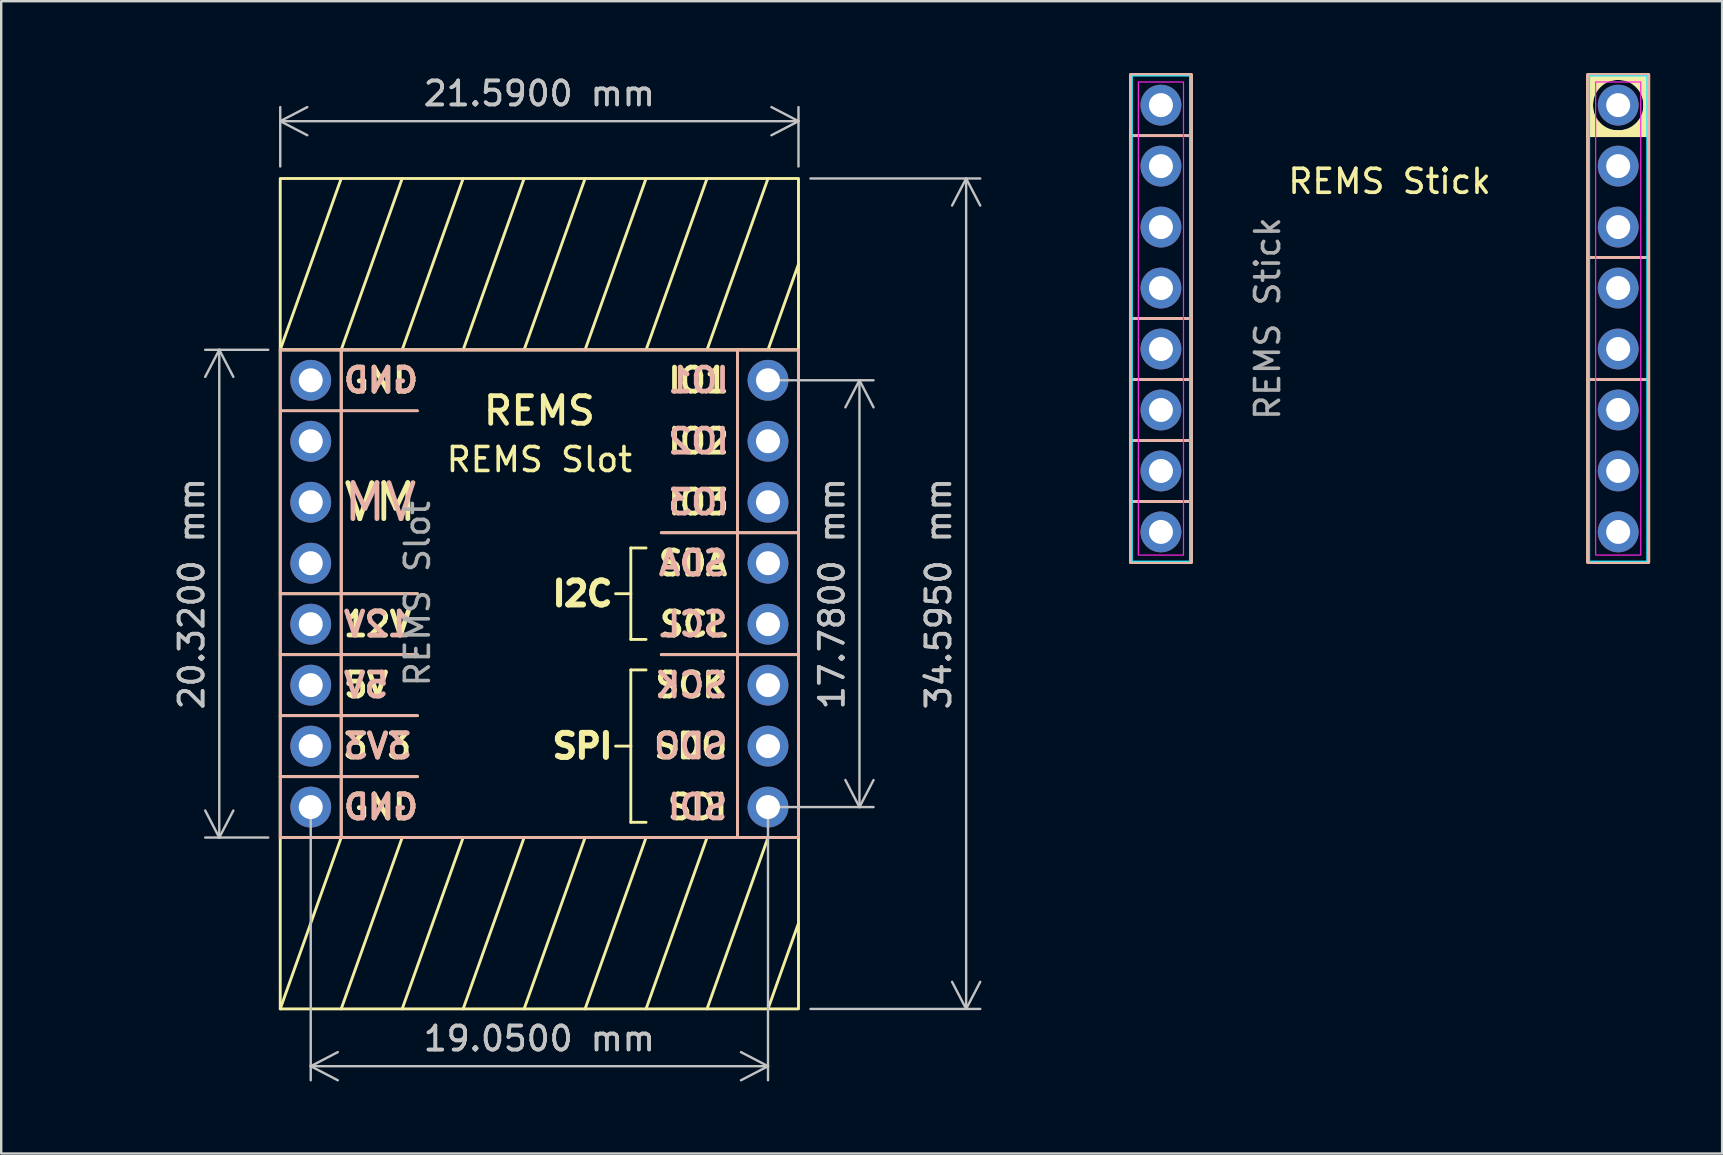
<source format=kicad_pcb>
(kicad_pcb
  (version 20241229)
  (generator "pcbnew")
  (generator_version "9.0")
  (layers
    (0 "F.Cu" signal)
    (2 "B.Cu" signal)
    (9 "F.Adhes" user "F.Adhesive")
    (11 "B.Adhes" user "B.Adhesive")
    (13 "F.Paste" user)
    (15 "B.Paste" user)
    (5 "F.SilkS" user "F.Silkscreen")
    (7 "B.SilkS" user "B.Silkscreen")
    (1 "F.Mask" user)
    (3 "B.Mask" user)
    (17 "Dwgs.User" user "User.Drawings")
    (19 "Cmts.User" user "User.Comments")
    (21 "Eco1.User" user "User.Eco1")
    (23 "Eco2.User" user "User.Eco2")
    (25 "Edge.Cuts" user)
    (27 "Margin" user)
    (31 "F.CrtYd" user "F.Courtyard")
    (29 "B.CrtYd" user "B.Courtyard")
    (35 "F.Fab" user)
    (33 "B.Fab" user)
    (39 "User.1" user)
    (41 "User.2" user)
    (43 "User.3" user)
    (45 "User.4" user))
  (footprint "REMS Slot"
    (layer "F.Cu")
    (at 19.42 21.683)
    (property "Reference" "REMS Slot" (at 0 -5.588 0) (unlocked yes) (layer "F.SilkS") (effects (font (size 1 1) (thickness 0.15))))
    (attr through_hole)
    (fp_line (start -10.795 -10.16) (end -8.255 -17.297) (stroke (width 0.12) (type default)) (layer "F.SilkS"))
    (fp_line (start -10.795 -7.62) (end -5.08 -7.62) (stroke (width 0.1) (type default)) (layer "F.SilkS"))
    (fp_line (start -10.795 0) (end -5.08 0) (stroke (width 0.12) (type default)) (layer "F.SilkS"))
    (fp_line (start -10.795 2.54) (end -5.08 2.54) (stroke (width 0.12) (type default)) (layer "F.SilkS"))
    (fp_line (start -10.795 5.08) (end -5.08 5.08) (stroke (width 0.12) (type default)) (layer "F.SilkS"))
    (fp_line (start -10.795 7.62) (end -5.08 7.62) (stroke (width 0.12) (type default)) (layer "F.SilkS"))
    (fp_line (start -10.795 17.297) (end -8.255 10.16) (stroke (width 0.12) (type default)) (layer "F.SilkS"))
    (fp_line (start -8.255 -10.16) (end -8.255 10.16) (stroke (width 0.12) (type default)) (layer "F.SilkS"))
    (fp_line (start -8.255 -10.16) (end -5.715 -17.297) (stroke (width 0.12) (type default)) (layer "F.SilkS"))
    (fp_line (start -8.255 17.297) (end -5.715 10.16) (stroke (width 0.12) (type default)) (layer "F.SilkS"))
    (fp_line (start -5.715 -10.16) (end -3.175 -17.297) (stroke (width 0.12) (type default)) (layer "F.SilkS"))
    (fp_line (start -5.715 17.297) (end -3.175 10.16) (stroke (width 0.12) (type default)) (layer "F.SilkS"))
    (fp_line (start -3.175 -10.16) (end -0.635 -17.297) (stroke (width 0.12) (type default)) (layer "F.SilkS"))
    (fp_line (start -3.175 17.297) (end -0.635 10.16) (stroke (width 0.12) (type default)) (layer "F.SilkS"))
    (fp_line (start -0.635 -10.16) (end 1.905 -17.297) (stroke (width 0.12) (type default)) (layer "F.SilkS"))
    (fp_line (start -0.635 17.297) (end 1.905 10.16) (stroke (width 0.12) (type default)) (layer "F.SilkS"))
    (fp_line (start 1.905 -10.16) (end 4.445 -17.297) (stroke (width 0.12) (type default)) (layer "F.SilkS"))
    (fp_line (start 1.905 17.297) (end 4.445 10.16) (stroke (width 0.12) (type default)) (layer "F.SilkS"))
    (fp_line (start 3.175 0) (end 3.81 0) (stroke (width 0.12) (type default)) (layer "F.SilkS"))
    (fp_line (start 3.175 6.35) (end 3.81 6.35) (stroke (width 0.12) (type default)) (layer "F.SilkS"))
    (fp_line (start 3.81 -1.905) (end 3.81 1.905) (stroke (width 0.12) (type default)) (layer "F.SilkS"))
    (fp_line (start 3.81 -1.905) (end 4.445 -1.905) (stroke (width 0.12) (type default)) (layer "F.SilkS"))
    (fp_line (start 3.81 1.905) (end 4.445 1.905) (stroke (width 0.12) (type default)) (layer "F.SilkS"))
    (fp_line (start 3.81 3.175) (end 3.81 9.525) (stroke (width 0.12) (type default)) (layer "F.SilkS"))
    (fp_line (start 3.81 3.175) (end 4.445 3.175) (stroke (width 0.12) (type default)) (layer "F.SilkS"))
    (fp_line (start 3.81 9.525) (end 4.445 9.525) (stroke (width 0.12) (type default)) (layer "F.SilkS"))
    (fp_line (start 4.445 -10.16) (end 6.985 -17.297) (stroke (width 0.12) (type default)) (layer "F.SilkS"))
    (fp_line (start 4.445 17.297) (end 6.985 10.16) (stroke (width 0.12) (type default)) (layer "F.SilkS"))
    (fp_line (start 5.08 -2.54) (end 10.795 -2.54) (stroke (width 0.12) (type default)) (layer "F.SilkS"))
    (fp_line (start 5.08 2.54) (end 10.795 2.54) (stroke (width 0.12) (type default)) (layer "F.SilkS"))
    (fp_line (start 6.985 -10.16) (end 9.525 -17.297) (stroke (width 0.12) (type default)) (layer "F.SilkS"))
    (fp_line (start 6.985 17.297) (end 9.525 10.16) (stroke (width 0.12) (type default)) (layer "F.SilkS"))
    (fp_line (start 8.255 -10.16) (end 8.255 10.16) (stroke (width 0.12) (type default)) (layer "F.SilkS"))
    (fp_line (start 9.525 -10.16) (end 10.795 -13.729) (stroke (width 0.12) (type default)) (layer "F.SilkS"))
    (fp_line (start 9.525 17.297) (end 10.795 13.729) (stroke (width 0.12) (type default)) (layer "F.SilkS"))
    (fp_rect (start -10.795 -10.16) (end 10.795 10.16) (stroke (width 0.12) (type default)) (fill no) (layer "F.SilkS"))
    (fp_rect (start 10.795 -17.297) (end -10.795 -10.16) (stroke (width 0.12) (type default)) (fill no) (layer "F.SilkS"))
    (fp_rect (start 10.795 10.16) (end -10.795 17.297) (stroke (width 0.12) (type default)) (fill no) (layer "F.SilkS"))
    (fp_line (start -10.795 -7.62) (end -5.08 -7.62) (stroke (width 0.12) (type default)) (layer "B.SilkS"))
    (fp_line (start -10.795 0) (end -5.08 0) (stroke (width 0.12) (type default)) (layer "B.SilkS"))
    (fp_line (start -10.795 2.54) (end -5.08 2.54) (stroke (width 0.12) (type default)) (layer "B.SilkS"))
    (fp_line (start -10.795 5.08) (end -5.08 5.08) (stroke (width 0.12) (type default)) (layer "B.SilkS"))
    (fp_line (start -10.795 7.62) (end -5.08 7.62) (stroke (width 0.12) (type default)) (layer "B.SilkS"))
    (fp_line (start -8.255 -10.16) (end 8.255 -10.16) (stroke (width 0.12) (type default)) (layer "B.SilkS"))
    (fp_line (start 5.08 -2.54) (end 10.795 -2.54) (stroke (width 0.12) (type default)) (layer "B.SilkS"))
    (fp_line (start 5.08 2.54) (end 10.795 2.54) (stroke (width 0.12) (type default)) (layer "B.SilkS"))
    (fp_line (start 8.255 10.16) (end -8.255 10.16) (stroke (width 0.12) (type default)) (layer "B.SilkS"))
    (fp_rect (start -10.795 -10.16) (end -8.255 10.16) (stroke (width 0.12) (type default)) (fill no) (layer "B.SilkS"))
    (fp_rect (start 8.255 -10.16) (end 10.795 10.16) (stroke (width 0.12) (type default)) (fill no) (layer "B.SilkS"))
    (fp_text user "SDO" (at 7.938 6.35 0) (unlocked yes) (layer "F.SilkS") (effects (font (size 1 1) (thickness 0.2) (bold yes)) (justify right)))
    (fp_text user "GND" (at -8.255 8.89 0) (unlocked yes) (layer "F.SilkS") (effects (font (size 1 1) (thickness 0.2) (bold yes)) (justify left)))
    (fp_text user "VM" (at -8.255 -3.81 0) (unlocked yes) (layer "F.SilkS") (effects (font (size 1.5 1.5) (thickness 0.2) (bold yes)) (justify left)))
    (fp_text user "IO3" (at 8 -3.81 0) (unlocked yes) (layer "F.SilkS") (effects (font (size 1 1) (thickness 0.2) (bold yes)) (justify right)))
    (fp_text user "3V3" (at -8.255 6.35 0) (unlocked yes) (layer "F.SilkS") (effects (font (size 1 1) (thickness 0.2) (bold yes)) (justify left)))
    (fp_text user "SCL" (at 7.938 1.27 0) (unlocked yes) (layer "F.SilkS") (effects (font (size 1 1) (thickness 0.2) (bold yes)) (justify right)))
    (fp_text user "5V" (at -8.255 3.81 0) (unlocked yes) (layer "F.SilkS") (effects (font (size 1 1) (thickness 0.2) (bold yes)) (justify left)))
    (fp_text user "IO2" (at 8 -6.35 0) (unlocked yes) (layer "F.SilkS") (effects (font (size 1 1) (thickness 0.2) (bold yes)) (justify right)))
    (fp_text user "SCK" (at 7.938 3.81 0) (unlocked yes) (layer "F.SilkS") (effects (font (size 1 1) (thickness 0.2) (bold yes)) (justify right)))
    (fp_text user "SDA" (at 7.938 -1.27 0) (unlocked yes) (layer "F.SilkS") (effects (font (size 1 1) (thickness 0.2) (bold yes)) (justify right)))
    (fp_text user "IO1" (at 8 -8.89 0) (unlocked yes) (layer "F.SilkS") (effects (font (size 1 1) (thickness 0.2) (bold yes)) (justify right)))
    (fp_text user "I2C" (at 3.175 0 0) (unlocked yes) (layer "F.SilkS") (effects (font (size 1 1) (thickness 0.25) (bold yes)) (justify right)))
    (fp_text user "REMS" (at 0 -7.62 0) (unlocked yes) (layer "F.SilkS") (effects (font (size 1.15 1.15) (thickness 0.2) (bold yes))))
    (fp_text user "GND" (at -8.255 -8.89 0) (unlocked yes) (layer "F.SilkS") (effects (font (size 1 1) (thickness 0.2) (bold yes)) (justify left)))
    (fp_text user "SDI" (at 7.938 8.89 0) (unlocked yes) (layer "F.SilkS") (effects (font (size 1 1) (thickness 0.2) (bold yes)) (justify right)))
    (fp_text user "12V" (at -8.255 1.27 0) (unlocked yes) (layer "F.SilkS") (effects (font (size 1 1) (thickness 0.2) (bold yes)) (justify left)))
    (fp_text user "SPI" (at 3.175 6.35 0) (unlocked yes) (layer "F.SilkS") (effects (font (size 1 1) (thickness 0.25) (bold yes)) (justify right)))
    (fp_text user "VM" (at -8.255 -3.81 0) (unlocked yes) (layer "B.SilkS") (effects (font (size 1.5 1.5) (thickness 0.2) (bold yes)) (justify right mirror)))
    (fp_text user "IO2" (at 8 -6.35 0) (unlocked yes) (layer "B.SilkS") (effects (font (size 1 1) (thickness 0.2) (bold yes)) (justify left mirror)))
    (fp_text user "SCK" (at 7.938 3.81 0) (unlocked yes) (layer "B.SilkS") (effects (font (size 1 1) (thickness 0.2) (bold yes)) (justify left mirror)))
    (fp_text user "IO1" (at 8 -8.89 0) (unlocked yes) (layer "B.SilkS") (effects (font (size 1 1) (thickness 0.2) (bold yes)) (justify left mirror)))
    (fp_text user "IO3" (at 8 -3.81 0) (unlocked yes) (layer "B.SilkS") (effects (font (size 1 1) (thickness 0.2) (bold yes)) (justify left mirror)))
    (fp_text user "SDO" (at 7.938 6.35 0) (unlocked yes) (layer "B.SilkS") (effects (font (size 1 1) (thickness 0.2) (bold yes)) (justify left mirror)))
    (fp_text user "GND" (at -8.255 -8.89 0) (unlocked yes) (layer "B.SilkS") (effects (font (size 1 1) (thickness 0.2) (bold yes)) (justify right mirror)))
    (fp_text user "12V" (at -8.255 1.27 0) (unlocked yes) (layer "B.SilkS") (effects (font (size 1 1) (thickness 0.2) (bold yes)) (justify right mirror)))
    (fp_text user "SDA" (at 7.938 -1.27 0) (unlocked yes) (layer "B.SilkS") (effects (font (size 1 1) (thickness 0.2) (bold yes)) (justify left mirror)))
    (fp_text user "SDI" (at 7.938 8.89 0) (unlocked yes) (layer "B.SilkS") (effects (font (size 1 1) (thickness 0.2) (bold yes)) (justify left mirror)))
    (fp_text user "3V3" (at -8.255 6.35 0) (unlocked yes) (layer "B.SilkS") (effects (font (size 1 1) (thickness 0.2) (bold yes)) (justify right mirror)))
    (fp_text user "5V" (at -8.255 3.81 0) (unlocked yes) (layer "B.SilkS") (effects (font (size 1 1) (thickness 0.2) (bold yes)) (justify right mirror)))
    (fp_text user "GND" (at -8.255 8.89 0) (unlocked yes) (layer "B.SilkS") (effects (font (size 1 1) (thickness 0.2) (bold yes)) (justify right mirror)))
    (fp_text user "SCL" (at 7.938 1.27 0) (unlocked yes) (layer "B.SilkS") (effects (font (size 1 1) (thickness 0.2) (bold yes)) (justify left mirror)))
    (fp_text user "${REFERENCE}" (at -5.08 0 90) (unlocked yes) (layer "F.Fab") (effects (font (size 1 1) (thickness 0.15))))
    (dimension (type aligned) (layer "Dwgs.User") (pts (xy 28.945 30.573) (xy 9.895 30.573)) (height -10.795) (format (prefix "") (suffix "") (units 3) (units_format 1) (precision 4)) (style (thickness 0.1) (arrow_length 1.27) (text_position_mode 0) (arrow_direction outward) (extension_height 0.586) (extension_offset 0.5) (keep_text_aligned yes)) (gr_text "19.0500 mm" (at 19.42 40.218 0) (layer "Dwgs.User") (effects (font (size 1 1) (thickness 0.15)))))
    (dimension (type aligned) (layer "Dwgs.User") (pts (xy 8.625 4.386) (xy 30.215 4.386)) (height -2.388) (format (prefix "") (suffix "") (units 3) (units_format 1) (precision 4)) (style (thickness 0.1) (arrow_length 1.27) (text_position_mode 0) (arrow_direction outward) (extension_height 0.586) (extension_offset 0.5) (keep_text_aligned yes)) (gr_text "21.5900 mm" (at 19.42 0.848 0) (layer "Dwgs.User") (effects (font (size 1 1) (thickness 0.15)))))
    (dimension (type aligned) (layer "Dwgs.User") (pts (xy 8.625 11.523) (xy 8.625 31.843)) (height 2.54) (format (prefix "") (suffix "") (units 3) (units_format 1) (precision 4)) (style (thickness 0.1) (arrow_length 1.27) (text_position_mode 0) (arrow_direction outward) (extension_height 0.586) (extension_offset 0.5) (keep_text_aligned yes)) (gr_text "20.3200 mm" (at 4.935 21.683 90) (layer "Dwgs.User") (effects (font (size 1 1) (thickness 0.15)))))
    (dimension (type aligned) (layer "Dwgs.User") (pts (xy 30.215 38.981) (xy 30.215 4.386)) (height 6.985) (format (prefix "") (suffix "") (units 3) (units_format 1) (precision 4)) (style (thickness 0.1) (arrow_length 1.27) (text_position_mode 0) (arrow_direction outward) (extension_height 0.586) (extension_offset 0.5) (keep_text_aligned yes)) (gr_text "34.5948 mm" (at 36.05 21.683 90) (layer "Dwgs.User") (effects (font (size 1 1) (thickness 0.15)))))
    (dimension (type aligned) (layer "Dwgs.User") (pts (xy 28.945 30.573) (xy 28.945 12.793)) (height 3.81) (format (prefix "") (suffix "") (units 3) (units_format 1) (precision 4)) (style (thickness 0.1) (arrow_length 1.27) (text_position_mode 0) (arrow_direction outward) (extension_height 0.586) (extension_offset 0.5) (keep_text_aligned yes)) (gr_text "17.7800 mm" (at 31.605 21.683 90) (layer "Dwgs.User") (effects (font (size 1 1) (thickness 0.15)))))
    (pad "1" thru_hole circle (at 9.525 -8.89) (size 1.7 1.7) (drill 1) (layers "*.Cu" "*.Mask"))
    (pad "2" thru_hole circle (at 9.525 -6.35) (size 1.7 1.7) (drill 1) (layers "*.Cu" "*.Mask"))
    (pad "3" thru_hole circle (at 9.525 -3.81) (size 1.7 1.7) (drill 1) (layers "*.Cu" "*.Mask"))
    (pad "4" thru_hole circle (at 9.525 -1.27) (size 1.7 1.7) (drill 1) (layers "*.Cu" "*.Mask"))
    (pad "5" thru_hole circle (at 9.525 1.27) (size 1.7 1.7) (drill 1) (layers "*.Cu" "*.Mask"))
    (pad "6" thru_hole circle (at 9.525 3.81) (size 1.7 1.7) (drill 1) (layers "*.Cu" "*.Mask"))
    (pad "7" thru_hole circle (at 9.525 6.35) (size 1.7 1.7) (drill 1) (layers "*.Cu" "*.Mask"))
    (pad "8" thru_hole circle (at 9.525 8.89) (size 1.7 1.7) (drill 1) (layers "*.Cu" "*.Mask"))
    (pad "9" thru_hole circle (at -9.525 -8.89) (size 1.7 1.7) (drill 1) (layers "*.Cu" "*.Mask"))
    (pad "10" thru_hole circle (at -9.525 -6.35) (size 1.7 1.7) (drill 1) (layers "*.Cu" "*.Mask"))
    (pad "11" thru_hole circle (at -9.525 -3.81) (size 1.7 1.7) (drill 1) (layers "*.Cu" "*.Mask"))
    (pad "12" thru_hole circle (at -9.525 -1.27) (size 1.7 1.7) (drill 1) (layers "*.Cu" "*.Mask"))
    (pad "13" thru_hole circle (at -9.525 1.27) (size 1.7 1.7) (drill 1) (layers "*.Cu" "*.Mask"))
    (pad "14" thru_hole circle (at -9.525 3.81) (size 1.7 1.7) (drill 1) (layers "*.Cu" "*.Mask"))
    (pad "15" thru_hole circle (at -9.525 6.35) (size 1.7 1.7) (drill 1) (layers "*.Cu" "*.Mask"))
    (pad "16" thru_hole circle (at -9.525 8.89) (size 1.7 1.7) (drill 1) (layers "*.Cu" "*.Mask")))
  (footprint "REMS Stick"
    (layer "F.Cu")
    (at 54.839 10.22)
    (property "Reference" "REMS Stick" (at 0 -5.715 0) (unlocked yes) (layer "F.SilkS") (effects (font (size 1 1) (thickness 0.15))))
    (attr through_hole)
    (fp_line (start -10.795 -7.62) (end -8.255 -7.62) (stroke (width 0.1) (type default)) (layer "F.SilkS"))
    (fp_line (start -10.795 0) (end -8.255 0) (stroke (width 0.12) (type default)) (layer "F.SilkS"))
    (fp_line (start -10.795 2.54) (end -8.255 2.54) (stroke (width 0.12) (type default)) (layer "F.SilkS"))
    (fp_line (start -10.795 5.08) (end -8.255 5.08) (stroke (width 0.12) (type default)) (layer "F.SilkS"))
    (fp_line (start -10.795 7.62) (end -8.255 7.62) (stroke (width 0.12) (type default)) (layer "F.SilkS"))
    (fp_line (start 8.255 -2.54) (end 10.795 -2.54) (stroke (width 0.12) (type default)) (layer "F.SilkS"))
    (fp_line (start 8.255 2.54) (end 10.795 2.54) (stroke (width 0.12) (type default)) (layer "F.SilkS"))
    (fp_line (start 10.795 -7.62) (end 8.255 -7.62) (stroke (width 0.12) (type default)) (layer "F.SilkS"))
    (fp_rect (start -10.795 -10.16) (end -8.255 10.16) (stroke (width 0.12) (type default)) (fill no) (layer "F.SilkS"))
    (fp_rect (start 8.255 -10.16) (end 10.795 10.16) (stroke (width 0.12) (type default)) (fill no) (layer "F.SilkS"))
    (fp_circle (center 9.525 -8.89) (end 10.625 -8.89) (stroke (width 0.1) (type default)) (fill no) (layer "F.SilkS"))
    (fp_poly (pts (xy 8.425 -8.89) (xy 8.28 -8.89) (xy 8.255 -7.62) (xy 9.525 -7.62) (xy 9.525 -7.79) (xy 9.093 -7.823) (xy 8.788 -8.026) (xy 8.585 -8.23) (xy 8.484 -8.433) (xy 8.433 -8.738)) (stroke (width 0.1) (type solid)) (fill yes) (layer "F.SilkS"))
    (fp_poly (pts (xy 9.525 -9.99) (xy 9.525 -10.135) (xy 8.255 -10.16) (xy 8.255 -8.89) (xy 8.425 -8.89) (xy 8.458 -9.322) (xy 8.661 -9.627) (xy 8.865 -9.83) (xy 9.068 -9.931) (xy 9.373 -9.982)) (stroke (width 0.1) (type solid)) (fill yes) (layer "F.SilkS"))
    (fp_poly (pts (xy 9.525 -7.79) (xy 9.525 -7.645) (xy 10.795 -7.62) (xy 10.795 -8.89) (xy 10.625 -8.89) (xy 10.592 -8.458) (xy 10.389 -8.153) (xy 10.185 -7.95) (xy 9.982 -7.849) (xy 9.677 -7.798)) (stroke (width 0.1) (type solid)) (fill yes) (layer "F.SilkS"))
    (fp_poly (pts (xy 10.625 -8.89) (xy 10.77 -8.89) (xy 10.795 -10.16) (xy 9.525 -10.16) (xy 9.525 -9.99) (xy 9.957 -9.957) (xy 10.262 -9.754) (xy 10.465 -9.55) (xy 10.566 -9.347) (xy 10.617 -9.042)) (stroke (width 0.1) (type solid)) (fill yes) (layer "F.SilkS"))
    (fp_line (start -10.795 -7.62) (end -8.255 -7.62) (stroke (width 0.12) (type default)) (layer "B.SilkS"))
    (fp_line (start -10.795 0) (end -8.255 0) (stroke (width 0.12) (type default)) (layer "B.SilkS"))
    (fp_line (start -10.795 2.54) (end -8.255 2.54) (stroke (width 0.12) (type default)) (layer "B.SilkS"))
    (fp_line (start -10.795 5.08) (end -8.255 5.08) (stroke (width 0.12) (type default)) (layer "B.SilkS"))
    (fp_line (start -10.795 7.62) (end -8.255 7.62) (stroke (width 0.12) (type default)) (layer "B.SilkS"))
    (fp_line (start 8.255 -2.54) (end 10.795 -2.54) (stroke (width 0.12) (type default)) (layer "B.SilkS"))
    (fp_line (start 8.255 2.54) (end 10.795 2.54) (stroke (width 0.12) (type default)) (layer "B.SilkS"))
    (fp_rect (start -10.795 -10.16) (end -8.255 10.16) (stroke (width 0.12) (type default)) (fill no) (layer "B.SilkS"))
    (fp_rect (start 8.255 -10.16) (end 10.795 10.16) (stroke (width 0.12) (type default)) (fill no) (layer "B.SilkS"))
    (fp_rect (start -10.719 -10.109) (end -8.331 10.109) (stroke (width 0.05) (type default)) (fill no) (layer "B.CrtYd"))
    (fp_rect (start 8.331 -10.109) (end 10.719 10.109) (stroke (width 0.05) (type default)) (fill no) (layer "B.CrtYd"))
    (fp_rect (start -10.465 -9.855) (end -8.585 9.855) (stroke (width 0.05) (type default)) (fill no) (layer "F.CrtYd"))
    (fp_rect (start 8.585 -9.855) (end 10.465 9.855) (stroke (width 0.05) (type default)) (fill no) (layer "F.CrtYd"))
    (fp_text user "${REFERENCE}" (at -5.08 0 90) (unlocked yes) (layer "F.Fab") (effects (font (size 1 1) (thickness 0.15))))
    (pad "1" thru_hole circle (at 9.525 -8.89) (size 1.7 1.7) (drill 1) (layers "*.Cu" "*.Mask"))
    (pad "2" thru_hole circle (at 9.525 -6.35) (size 1.7 1.7) (drill 1) (layers "*.Cu" "*.Mask"))
    (pad "3" thru_hole circle (at 9.525 -3.81) (size 1.7 1.7) (drill 1) (layers "*.Cu" "*.Mask"))
    (pad "4" thru_hole circle (at 9.525 -1.27) (size 1.7 1.7) (drill 1) (layers "*.Cu" "*.Mask"))
    (pad "5" thru_hole circle (at 9.525 1.27) (size 1.7 1.7) (drill 1) (layers "*.Cu" "*.Mask"))
    (pad "6" thru_hole circle (at 9.525 3.81) (size 1.7 1.7) (drill 1) (layers "*.Cu" "*.Mask"))
    (pad "7" thru_hole circle (at 9.525 6.35) (size 1.7 1.7) (drill 1) (layers "*.Cu" "*.Mask"))
    (pad "8" thru_hole circle (at 9.525 8.89) (size 1.7 1.7) (drill 1) (layers "*.Cu" "*.Mask"))
    (pad "9" thru_hole circle (at -9.525 -8.89) (size 1.7 1.7) (drill 1) (layers "*.Cu" "*.Mask"))
    (pad "10" thru_hole circle (at -9.525 -6.35) (size 1.7 1.7) (drill 1) (layers "*.Cu" "*.Mask"))
    (pad "11" thru_hole circle (at -9.525 -3.81) (size 1.7 1.7) (drill 1) (layers "*.Cu" "*.Mask"))
    (pad "12" thru_hole circle (at -9.525 -1.27) (size 1.7 1.7) (drill 1) (layers "*.Cu" "*.Mask"))
    (pad "13" thru_hole circle (at -9.525 1.27) (size 1.7 1.7) (drill 1) (layers "*.Cu" "*.Mask"))
    (pad "14" thru_hole circle (at -9.525 3.81) (size 1.7 1.7) (drill 1) (layers "*.Cu" "*.Mask"))
    (pad "15" thru_hole circle (at -9.525 6.35) (size 1.7 1.7) (drill 1) (layers "*.Cu" "*.Mask"))
    (pad "16" thru_hole circle (at -9.525 8.89) (size 1.7 1.7) (drill 1) (layers "*.Cu" "*.Mask")))
  (gr_rect
    (start -3 -3)
    (end 68.694 45.005)
    (stroke (width 0.1) (type default))
    (fill no)
    (layer "Edge.Cuts")))
</source>
